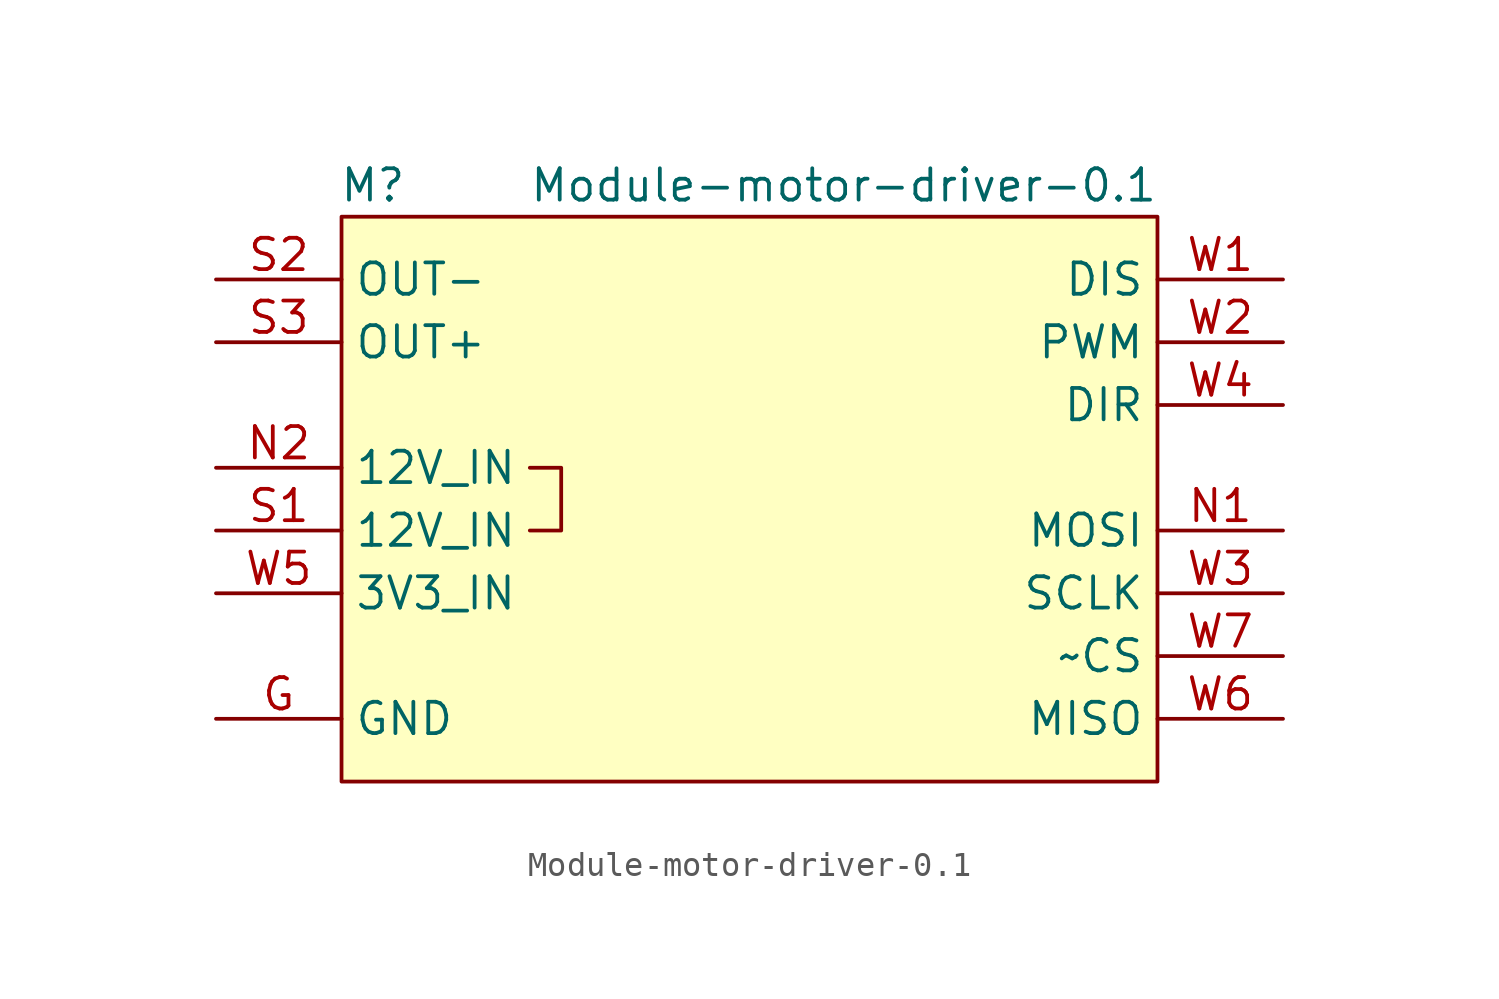
<source format=kicad_sym>
(kicad_symbol_lib
  (version 20220914)
  (generator kicad_symbol_editor)
  (symbol "Module-motor-driver-0.1"
    (property "Reference" "M"
      (at 1.27 1.27 0)
      (effects (font (size 1.27 1.27))))
    (property "Value" "Module-motor-driver-0.1"
      (at 20.32 1.27 0)
      (effects (font (size 1.27 1.27))))
    (symbol "Module-motor-driver-0.1_0_1"
      (polyline (pts (xy 7.62 -10.16) (xy 8.89 -10.16) (xy 8.89 -12.7) (xy 7.62 -12.7)) (stroke (width 0) (type default)) (fill (type none))))
    (symbol "Module-motor-driver-0.1_1_0"
      (rectangle (start 0 0) (end 33.02 -22.86) (stroke (width 0) (type default)) (fill (type background)))
      (pin passive line (at -5.08 -20.32 0) (length 5.08) (name "GND" (effects (font (size 1.27 1.27)))) (number "G" (effects (font (size 1.27 1.27))))))
    (symbol "Module-motor-driver-0.1_1_1"
      (pin passive line (at 38.1 -12.7 180) (length 5.08) (name "MOSI" (effects (font (size 1.27 1.27)))) (number "N1" (effects (font (size 1.27 1.27)))))
      (pin passive line (at -5.08 -10.16 0) (length 5.08) (name "12V_IN" (effects (font (size 1.27 1.27)))) (number "N2" (effects (font (size 1.27 1.27)))))
      (pin passive line (at -5.08 -12.7 0) (length 5.08) (name "12V_IN" (effects (font (size 1.27 1.27)))) (number "S1" (effects (font (size 1.27 1.27)))))
      (pin passive line (at -5.08 -2.54 0) (length 5.08) (name "OUT-" (effects (font (size 1.27 1.27)))) (number "S2" (effects (font (size 1.27 1.27)))))
      (pin passive line (at -5.08 -5.08 0) (length 5.08) (name "OUT+" (effects (font (size 1.27 1.27)))) (number "S3" (effects (font (size 1.27 1.27)))))
      (pin passive line (at 38.1 -2.54 180) (length 5.08) (name "DIS" (effects (font (size 1.27 1.27)))) (number "W1" (effects (font (size 1.27 1.27)))))
      (pin passive line (at 38.1 -5.08 180) (length 5.08) (name "PWM" (effects (font (size 1.27 1.27)))) (number "W2" (effects (font (size 1.27 1.27)))))
      (pin passive line (at 38.1 -15.24 180) (length 5.08) (name "SCLK" (effects (font (size 1.27 1.27)))) (number "W3" (effects (font (size 1.27 1.27)))))
      (pin passive line (at 38.1 -7.62 180) (length 5.08) (name "DIR" (effects (font (size 1.27 1.27)))) (number "W4" (effects (font (size 1.27 1.27)))))
      (pin passive line (at -5.08 -15.24 0) (length 5.08) (name "3V3_IN" (effects (font (size 1.27 1.27)))) (number "W5" (effects (font (size 1.27 1.27)))))
      (pin passive line (at 38.1 -20.32 180) (length 5.08) (name "MISO" (effects (font (size 1.27 1.27)))) (number "W6" (effects (font (size 1.27 1.27)))))
      (pin passive line (at 38.1 -17.78 180) (length 5.08) (name "~CS" (effects (font (size 1.27 1.27)))) (number "W7" (effects (font (size 1.27 1.27))))))))
</source>
